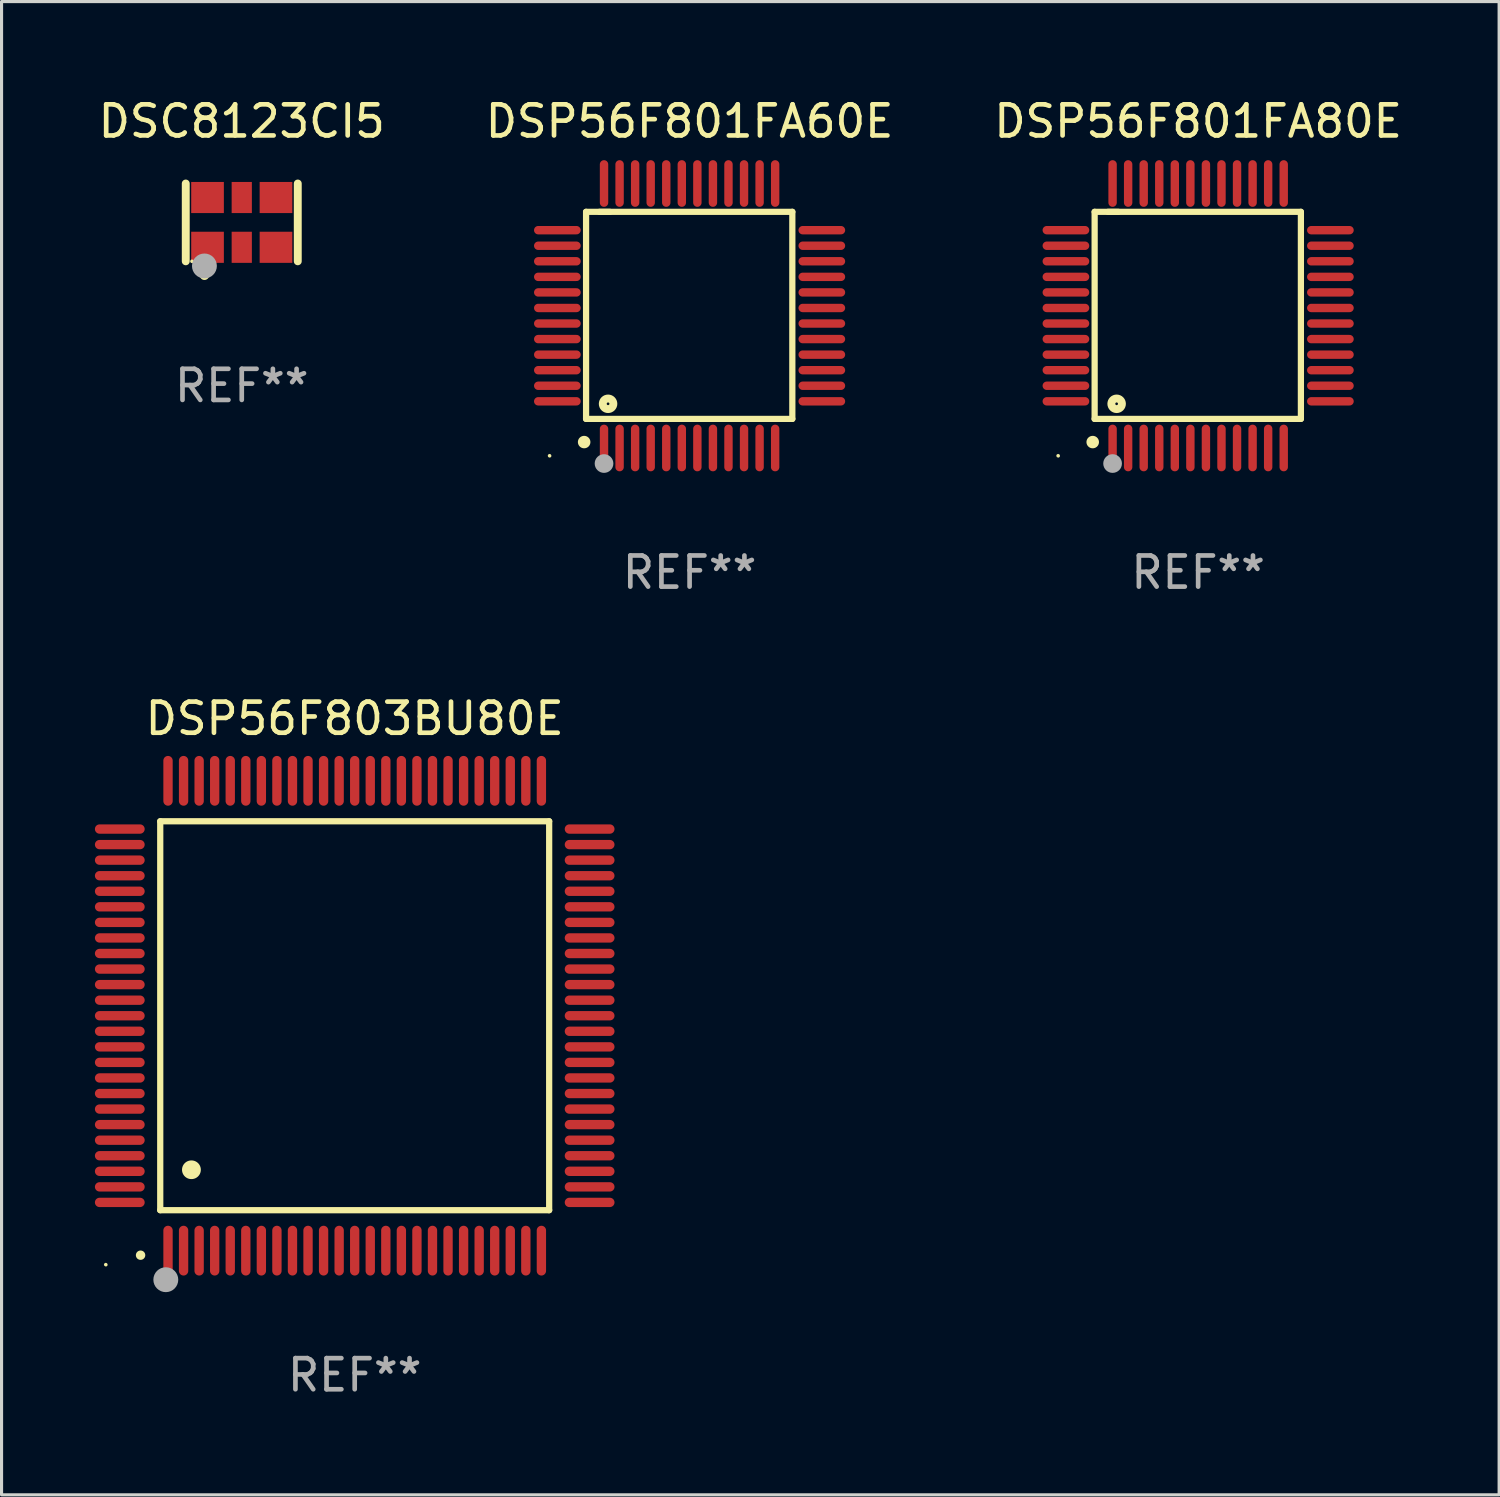
<source format=kicad_pcb>
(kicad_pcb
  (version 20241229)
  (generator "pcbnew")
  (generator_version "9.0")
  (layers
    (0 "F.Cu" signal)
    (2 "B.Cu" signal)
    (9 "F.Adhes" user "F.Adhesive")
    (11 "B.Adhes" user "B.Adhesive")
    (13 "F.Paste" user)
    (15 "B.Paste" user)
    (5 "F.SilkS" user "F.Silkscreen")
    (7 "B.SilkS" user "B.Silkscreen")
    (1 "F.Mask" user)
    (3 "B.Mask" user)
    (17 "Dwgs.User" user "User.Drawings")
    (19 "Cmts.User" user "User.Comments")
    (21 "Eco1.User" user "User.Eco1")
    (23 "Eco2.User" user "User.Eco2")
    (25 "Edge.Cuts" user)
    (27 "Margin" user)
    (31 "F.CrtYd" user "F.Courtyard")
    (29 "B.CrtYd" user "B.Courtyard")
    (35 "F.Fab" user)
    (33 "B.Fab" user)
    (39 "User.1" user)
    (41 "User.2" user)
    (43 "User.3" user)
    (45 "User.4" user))
  (footprint "DSP56F803BU80E"
    (layer "F.Cu")
    (at 8.35 29.595)
    (property "Reference" "DSP56F803BU80E" (at 0 -9.55 0) (layer "F.SilkS") (effects (font (size 1 1) (thickness 0.15))))
    (attr through_hole)
    (fp_line (start -6.25 -6.25) (end -6.25 6.25) (stroke (width 0.2) (type solid)) (layer "F.SilkS"))
    (fp_line (start -6.25 6.25) (end 6.25 6.25) (stroke (width 0.2) (type solid)) (layer "F.SilkS"))
    (fp_line (start 6.25 -6.25) (end -6.25 -6.25) (stroke (width 0.2) (type solid)) (layer "F.SilkS"))
    (fp_line (start 6.25 6.25) (end 6.25 -6.25) (stroke (width 0.2) (type solid)) (layer "F.SilkS"))
    (fp_arc (start -6.883414 7.696215) (mid -6.882144 7.69621) (end -6.880874 7.696215) (stroke (width 0.3) (type solid)) (layer "F.SilkS"))
    (fp_arc (start -5.250191 4.95047) (mid -5.247651 4.950459) (end -5.245111 4.95047) (stroke (width 0.6) (type solid)) (layer "F.SilkS"))
    (fp_circle (center -8 8) (end -7.97 8) (stroke (width 0.06) (type solid)) (fill no) (layer "F.SilkS"))
    (fp_circle (center -6.071 8.484) (end -5.871 8.484) (stroke (width 0.4) (type solid)) (fill no) (layer "F.Fab"))
    (fp_text user "REF**" (at 0 11.55 0) (layer "F.Fab") (effects (font (size 1 1) (thickness 0.15))))
    (pad "1" smd oval (at -6 7.55) (size 0.3 1.6) (layers "F.Cu" "F.Mask" "F.Paste"))
    (pad "2" smd oval (at -5.5 7.55) (size 0.3 1.6) (layers "F.Cu" "F.Mask" "F.Paste"))
    (pad "3" smd oval (at -5 7.55) (size 0.3 1.6) (layers "F.Cu" "F.Mask" "F.Paste"))
    (pad "4" smd oval (at -4.5 7.55) (size 0.3 1.6) (layers "F.Cu" "F.Mask" "F.Paste"))
    (pad "5" smd oval (at -4 7.55) (size 0.3 1.6) (layers "F.Cu" "F.Mask" "F.Paste"))
    (pad "6" smd oval (at -3.5 7.55) (size 0.3 1.6) (layers "F.Cu" "F.Mask" "F.Paste"))
    (pad "7" smd oval (at -3 7.55) (size 0.3 1.6) (layers "F.Cu" "F.Mask" "F.Paste"))
    (pad "8" smd oval (at -2.5 7.55) (size 0.3 1.6) (layers "F.Cu" "F.Mask" "F.Paste"))
    (pad "9" smd oval (at -2 7.55) (size 0.3 1.6) (layers "F.Cu" "F.Mask" "F.Paste"))
    (pad "10" smd oval (at -1.5 7.55) (size 0.3 1.6) (layers "F.Cu" "F.Mask" "F.Paste"))
    (pad "11" smd oval (at -1 7.55) (size 0.3 1.6) (layers "F.Cu" "F.Mask" "F.Paste"))
    (pad "12" smd oval (at -0.5 7.55) (size 0.3 1.6) (layers "F.Cu" "F.Mask" "F.Paste"))
    (pad "13" smd oval (at 0 7.55) (size 0.3 1.6) (layers "F.Cu" "F.Mask" "F.Paste"))
    (pad "14" smd oval (at 0.5 7.55) (size 0.3 1.6) (layers "F.Cu" "F.Mask" "F.Paste"))
    (pad "15" smd oval (at 1 7.55) (size 0.3 1.6) (layers "F.Cu" "F.Mask" "F.Paste"))
    (pad "16" smd oval (at 1.5 7.55) (size 0.3 1.6) (layers "F.Cu" "F.Mask" "F.Paste"))
    (pad "17" smd oval (at 2 7.55) (size 0.3 1.6) (layers "F.Cu" "F.Mask" "F.Paste"))
    (pad "18" smd oval (at 2.5 7.55) (size 0.3 1.6) (layers "F.Cu" "F.Mask" "F.Paste"))
    (pad "19" smd oval (at 3 7.55) (size 0.3 1.6) (layers "F.Cu" "F.Mask" "F.Paste"))
    (pad "20" smd oval (at 3.5 7.55) (size 0.3 1.6) (layers "F.Cu" "F.Mask" "F.Paste"))
    (pad "21" smd oval (at 4 7.55) (size 0.3 1.6) (layers "F.Cu" "F.Mask" "F.Paste"))
    (pad "22" smd oval (at 4.5 7.55) (size 0.3 1.6) (layers "F.Cu" "F.Mask" "F.Paste"))
    (pad "23" smd oval (at 5 7.55) (size 0.3 1.6) (layers "F.Cu" "F.Mask" "F.Paste"))
    (pad "24" smd oval (at 5.5 7.55) (size 0.3 1.6) (layers "F.Cu" "F.Mask" "F.Paste"))
    (pad "25" smd oval (at 6 7.55) (size 0.3 1.6) (layers "F.Cu" "F.Mask" "F.Paste"))
    (pad "26" smd oval (at 7.55 6) (size 1.6 0.3) (layers "F.Cu" "F.Mask" "F.Paste"))
    (pad "27" smd oval (at 7.55 5.5) (size 1.6 0.3) (layers "F.Cu" "F.Mask" "F.Paste"))
    (pad "28" smd oval (at 7.55 5) (size 1.6 0.3) (layers "F.Cu" "F.Mask" "F.Paste"))
    (pad "29" smd oval (at 7.55 4.5) (size 1.6 0.3) (layers "F.Cu" "F.Mask" "F.Paste"))
    (pad "30" smd oval (at 7.55 4) (size 1.6 0.3) (layers "F.Cu" "F.Mask" "F.Paste"))
    (pad "31" smd oval (at 7.55 3.5) (size 1.6 0.3) (layers "F.Cu" "F.Mask" "F.Paste"))
    (pad "32" smd oval (at 7.55 3) (size 1.6 0.3) (layers "F.Cu" "F.Mask" "F.Paste"))
    (pad "33" smd oval (at 7.55 2.5) (size 1.6 0.3) (layers "F.Cu" "F.Mask" "F.Paste"))
    (pad "34" smd oval (at 7.55 2) (size 1.6 0.3) (layers "F.Cu" "F.Mask" "F.Paste"))
    (pad "35" smd oval (at 7.55 1.5) (size 1.6 0.3) (layers "F.Cu" "F.Mask" "F.Paste"))
    (pad "36" smd oval (at 7.55 1) (size 1.6 0.3) (layers "F.Cu" "F.Mask" "F.Paste"))
    (pad "37" smd oval (at 7.55 0.5) (size 1.6 0.3) (layers "F.Cu" "F.Mask" "F.Paste"))
    (pad "38" smd oval (at 7.55 0) (size 1.6 0.3) (layers "F.Cu" "F.Mask" "F.Paste"))
    (pad "39" smd oval (at 7.55 -0.5) (size 1.6 0.3) (layers "F.Cu" "F.Mask" "F.Paste"))
    (pad "40" smd oval (at 7.55 -1) (size 1.6 0.3) (layers "F.Cu" "F.Mask" "F.Paste"))
    (pad "41" smd oval (at 7.55 -1.5) (size 1.6 0.3) (layers "F.Cu" "F.Mask" "F.Paste"))
    (pad "42" smd oval (at 7.55 -2) (size 1.6 0.3) (layers "F.Cu" "F.Mask" "F.Paste"))
    (pad "43" smd oval (at 7.55 -2.5) (size 1.6 0.3) (layers "F.Cu" "F.Mask" "F.Paste"))
    (pad "44" smd oval (at 7.55 -3) (size 1.6 0.3) (layers "F.Cu" "F.Mask" "F.Paste"))
    (pad "45" smd oval (at 7.55 -3.5) (size 1.6 0.3) (layers "F.Cu" "F.Mask" "F.Paste"))
    (pad "46" smd oval (at 7.55 -4) (size 1.6 0.3) (layers "F.Cu" "F.Mask" "F.Paste"))
    (pad "47" smd oval (at 7.55 -4.5) (size 1.6 0.3) (layers "F.Cu" "F.Mask" "F.Paste"))
    (pad "48" smd oval (at 7.55 -5) (size 1.6 0.3) (layers "F.Cu" "F.Mask" "F.Paste"))
    (pad "49" smd oval (at 7.55 -5.5) (size 1.6 0.3) (layers "F.Cu" "F.Mask" "F.Paste"))
    (pad "50" smd oval (at 7.55 -6) (size 1.6 0.3) (layers "F.Cu" "F.Mask" "F.Paste"))
    (pad "51" smd oval (at 6 -7.55) (size 0.3 1.6) (layers "F.Cu" "F.Mask" "F.Paste"))
    (pad "52" smd oval (at 5.5 -7.55) (size 0.3 1.6) (layers "F.Cu" "F.Mask" "F.Paste"))
    (pad "53" smd oval (at 5 -7.55) (size 0.3 1.6) (layers "F.Cu" "F.Mask" "F.Paste"))
    (pad "54" smd oval (at 4.5 -7.55) (size 0.3 1.6) (layers "F.Cu" "F.Mask" "F.Paste"))
    (pad "55" smd oval (at 4 -7.55) (size 0.3 1.6) (layers "F.Cu" "F.Mask" "F.Paste"))
    (pad "56" smd oval (at 3.5 -7.55) (size 0.3 1.6) (layers "F.Cu" "F.Mask" "F.Paste"))
    (pad "57" smd oval (at 3 -7.55) (size 0.3 1.6) (layers "F.Cu" "F.Mask" "F.Paste"))
    (pad "58" smd oval (at 2.5 -7.55) (size 0.3 1.6) (layers "F.Cu" "F.Mask" "F.Paste"))
    (pad "59" smd oval (at 2 -7.55) (size 0.3 1.6) (layers "F.Cu" "F.Mask" "F.Paste"))
    (pad "60" smd oval (at 1.5 -7.55) (size 0.3 1.6) (layers "F.Cu" "F.Mask" "F.Paste"))
    (pad "61" smd oval (at 1 -7.55) (size 0.3 1.6) (layers "F.Cu" "F.Mask" "F.Paste"))
    (pad "62" smd oval (at 0.5 -7.55) (size 0.3 1.6) (layers "F.Cu" "F.Mask" "F.Paste"))
    (pad "63" smd oval (at 0 -7.55) (size 0.3 1.6) (layers "F.Cu" "F.Mask" "F.Paste"))
    (pad "64" smd oval (at -0.5 -7.55) (size 0.3 1.6) (layers "F.Cu" "F.Mask" "F.Paste"))
    (pad "65" smd oval (at -1 -7.55) (size 0.3 1.6) (layers "F.Cu" "F.Mask" "F.Paste"))
    (pad "66" smd oval (at -1.5 -7.55) (size 0.3 1.6) (layers "F.Cu" "F.Mask" "F.Paste"))
    (pad "67" smd oval (at -2 -7.55) (size 0.3 1.6) (layers "F.Cu" "F.Mask" "F.Paste"))
    (pad "68" smd oval (at -2.5 -7.55) (size 0.3 1.6) (layers "F.Cu" "F.Mask" "F.Paste"))
    (pad "69" smd oval (at -3 -7.55) (size 0.3 1.6) (layers "F.Cu" "F.Mask" "F.Paste"))
    (pad "70" smd oval (at -3.5 -7.55) (size 0.3 1.6) (layers "F.Cu" "F.Mask" "F.Paste"))
    (pad "71" smd oval (at -4 -7.55) (size 0.3 1.6) (layers "F.Cu" "F.Mask" "F.Paste"))
    (pad "72" smd oval (at -4.5 -7.55) (size 0.3 1.6) (layers "F.Cu" "F.Mask" "F.Paste"))
    (pad "73" smd oval (at -5 -7.55) (size 0.3 1.6) (layers "F.Cu" "F.Mask" "F.Paste"))
    (pad "74" smd oval (at -5.5 -7.55) (size 0.3 1.6) (layers "F.Cu" "F.Mask" "F.Paste"))
    (pad "75" smd oval (at -6 -7.55) (size 0.3 1.6) (layers "F.Cu" "F.Mask" "F.Paste"))
    (pad "76" smd oval (at -7.55 -6) (size 1.6 0.3) (layers "F.Cu" "F.Mask" "F.Paste"))
    (pad "77" smd oval (at -7.55 -5.5) (size 1.6 0.3) (layers "F.Cu" "F.Mask" "F.Paste"))
    (pad "78" smd oval (at -7.55 -5) (size 1.6 0.3) (layers "F.Cu" "F.Mask" "F.Paste"))
    (pad "79" smd oval (at -7.55 -4.5) (size 1.6 0.3) (layers "F.Cu" "F.Mask" "F.Paste"))
    (pad "80" smd oval (at -7.55 -4) (size 1.6 0.3) (layers "F.Cu" "F.Mask" "F.Paste"))
    (pad "81" smd oval (at -7.55 -3.5) (size 1.6 0.3) (layers "F.Cu" "F.Mask" "F.Paste"))
    (pad "82" smd oval (at -7.55 -3) (size 1.6 0.3) (layers "F.Cu" "F.Mask" "F.Paste"))
    (pad "83" smd oval (at -7.55 -2.5) (size 1.6 0.3) (layers "F.Cu" "F.Mask" "F.Paste"))
    (pad "84" smd oval (at -7.55 -2) (size 1.6 0.3) (layers "F.Cu" "F.Mask" "F.Paste"))
    (pad "85" smd oval (at -7.55 -1.5) (size 1.6 0.3) (layers "F.Cu" "F.Mask" "F.Paste"))
    (pad "86" smd oval (at -7.55 -1) (size 1.6 0.3) (layers "F.Cu" "F.Mask" "F.Paste"))
    (pad "87" smd oval (at -7.55 -0.5) (size 1.6 0.3) (layers "F.Cu" "F.Mask" "F.Paste"))
    (pad "88" smd oval (at -7.55 0) (size 1.6 0.3) (layers "F.Cu" "F.Mask" "F.Paste"))
    (pad "89" smd oval (at -7.55 0.5) (size 1.6 0.3) (layers "F.Cu" "F.Mask" "F.Paste"))
    (pad "90" smd oval (at -7.55 1) (size 1.6 0.3) (layers "F.Cu" "F.Mask" "F.Paste"))
    (pad "91" smd oval (at -7.55 1.5) (size 1.6 0.3) (layers "F.Cu" "F.Mask" "F.Paste"))
    (pad "92" smd oval (at -7.55 2) (size 1.6 0.3) (layers "F.Cu" "F.Mask" "F.Paste"))
    (pad "93" smd oval (at -7.55 2.5) (size 1.6 0.3) (layers "F.Cu" "F.Mask" "F.Paste"))
    (pad "94" smd oval (at -7.55 3) (size 1.6 0.3) (layers "F.Cu" "F.Mask" "F.Paste"))
    (pad "95" smd oval (at -7.55 3.5) (size 1.6 0.3) (layers "F.Cu" "F.Mask" "F.Paste"))
    (pad "96" smd oval (at -7.55 4) (size 1.6 0.3) (layers "F.Cu" "F.Mask" "F.Paste"))
    (pad "97" smd oval (at -7.55 4.5) (size 1.6 0.3) (layers "F.Cu" "F.Mask" "F.Paste"))
    (pad "98" smd oval (at -7.55 5) (size 1.6 0.3) (layers "F.Cu" "F.Mask" "F.Paste"))
    (pad "99" smd oval (at -7.55 5.5) (size 1.6 0.3) (layers "F.Cu" "F.Mask" "F.Paste"))
    (pad "100" smd oval (at -7.55 6) (size 1.6 0.3) (layers "F.Cu" "F.Mask" "F.Paste")))
  (footprint "DSP56F801FA80E"
    (layer "F.Cu")
    (at 35.458 7.098)
    (property "Reference" "DSP56F801FA80E" (at 0 -6.25 0) (layer "F.SilkS") (effects (font (size 1 1) (thickness 0.15))))
    (attr through_hole)
    (fp_line (start -3.327 -3.34) (end -2.565 -3.34) (stroke (width 0.2) (type solid)) (layer "F.SilkS"))
    (fp_line (start -3.327 3.315) (end -3.327 -3.34) (stroke (width 0.2) (type solid)) (layer "F.SilkS"))
    (fp_line (start -2.896 -3.34) (end 3.302 -3.34) (stroke (width 0.2) (type solid)) (layer "F.SilkS"))
    (fp_line (start 3.302 -3.34) (end 3.302 3.315) (stroke (width 0.2) (type solid)) (layer "F.SilkS"))
    (fp_line (start 3.302 3.315) (end -3.327 3.315) (stroke (width 0.2) (type solid)) (layer "F.SilkS"))
    (fp_arc (start -3.389992 4.059995) (mid -3.388722 4.059991) (end -3.387452 4.059995) (stroke (width 0.4) (type solid)) (layer "F.SilkS"))
    (fp_circle (center -4.5 4.5) (end -4.47 4.5) (stroke (width 0.06) (type solid)) (fill no) (layer "F.SilkS"))
    (fp_circle (center -2.62 2.83) (end -2.45 2.83) (stroke (width 0.254) (type solid)) (fill no) (layer "F.SilkS"))
    (fp_circle (center -2.75 4.75) (end -2.6 4.75) (stroke (width 0.3) (type solid)) (fill no) (layer "F.Fab"))
    (fp_text user "REF**" (at 0 8.25 0) (layer "F.Fab") (effects (font (size 1 1) (thickness 0.15))))
    (pad "1" smd oval (at -2.75 4.25) (size 0.27 1.5) (layers "F.Cu" "F.Mask" "F.Paste"))
    (pad "2" smd oval (at -2.25 4.25) (size 0.27 1.5) (layers "F.Cu" "F.Mask" "F.Paste"))
    (pad "3" smd oval (at -1.75 4.25) (size 0.27 1.5) (layers "F.Cu" "F.Mask" "F.Paste"))
    (pad "4" smd oval (at -1.25 4.25) (size 0.27 1.5) (layers "F.Cu" "F.Mask" "F.Paste"))
    (pad "5" smd oval (at -0.75 4.25) (size 0.27 1.5) (layers "F.Cu" "F.Mask" "F.Paste"))
    (pad "6" smd oval (at -0.25 4.25) (size 0.27 1.5) (layers "F.Cu" "F.Mask" "F.Paste"))
    (pad "7" smd oval (at 0.25 4.25) (size 0.27 1.5) (layers "F.Cu" "F.Mask" "F.Paste"))
    (pad "8" smd oval (at 0.75 4.25) (size 0.27 1.5) (layers "F.Cu" "F.Mask" "F.Paste"))
    (pad "9" smd oval (at 1.25 4.25) (size 0.27 1.5) (layers "F.Cu" "F.Mask" "F.Paste"))
    (pad "10" smd oval (at 1.75 4.25) (size 0.27 1.5) (layers "F.Cu" "F.Mask" "F.Paste"))
    (pad "11" smd oval (at 2.25 4.25) (size 0.27 1.5) (layers "F.Cu" "F.Mask" "F.Paste"))
    (pad "12" smd oval (at 2.75 4.25) (size 0.27 1.5) (layers "F.Cu" "F.Mask" "F.Paste"))
    (pad "13" smd oval (at 4.25 2.75) (size 1.5 0.27) (layers "F.Cu" "F.Mask" "F.Paste"))
    (pad "14" smd oval (at 4.25 2.25) (size 1.5 0.27) (layers "F.Cu" "F.Mask" "F.Paste"))
    (pad "15" smd oval (at 4.25 1.75) (size 1.5 0.27) (layers "F.Cu" "F.Mask" "F.Paste"))
    (pad "16" smd oval (at 4.25 1.25) (size 1.5 0.27) (layers "F.Cu" "F.Mask" "F.Paste"))
    (pad "17" smd oval (at 4.25 0.75) (size 1.5 0.27) (layers "F.Cu" "F.Mask" "F.Paste"))
    (pad "18" smd oval (at 4.25 0.25) (size 1.5 0.27) (layers "F.Cu" "F.Mask" "F.Paste"))
    (pad "19" smd oval (at 4.25 -0.25) (size 1.5 0.27) (layers "F.Cu" "F.Mask" "F.Paste"))
    (pad "20" smd oval (at 4.25 -0.75) (size 1.5 0.27) (layers "F.Cu" "F.Mask" "F.Paste"))
    (pad "21" smd oval (at 4.25 -1.25) (size 1.5 0.27) (layers "F.Cu" "F.Mask" "F.Paste"))
    (pad "22" smd oval (at 4.25 -1.75) (size 1.5 0.27) (layers "F.Cu" "F.Mask" "F.Paste"))
    (pad "23" smd oval (at 4.25 -2.25) (size 1.5 0.27) (layers "F.Cu" "F.Mask" "F.Paste"))
    (pad "24" smd oval (at 4.25 -2.75) (size 1.5 0.27) (layers "F.Cu" "F.Mask" "F.Paste"))
    (pad "25" smd oval (at 2.75 -4.25) (size 0.27 1.5) (layers "F.Cu" "F.Mask" "F.Paste"))
    (pad "26" smd oval (at 2.25 -4.25) (size 0.27 1.5) (layers "F.Cu" "F.Mask" "F.Paste"))
    (pad "27" smd oval (at 1.75 -4.25) (size 0.27 1.5) (layers "F.Cu" "F.Mask" "F.Paste"))
    (pad "28" smd oval (at 1.25 -4.25) (size 0.27 1.5) (layers "F.Cu" "F.Mask" "F.Paste"))
    (pad "29" smd oval (at 0.75 -4.25) (size 0.27 1.5) (layers "F.Cu" "F.Mask" "F.Paste"))
    (pad "30" smd oval (at 0.25 -4.25) (size 0.27 1.5) (layers "F.Cu" "F.Mask" "F.Paste"))
    (pad "31" smd oval (at -0.25 -4.25) (size 0.27 1.5) (layers "F.Cu" "F.Mask" "F.Paste"))
    (pad "32" smd oval (at -0.75 -4.25) (size 0.27 1.5) (layers "F.Cu" "F.Mask" "F.Paste"))
    (pad "33" smd oval (at -1.25 -4.25) (size 0.27 1.5) (layers "F.Cu" "F.Mask" "F.Paste"))
    (pad "34" smd oval (at -1.75 -4.25) (size 0.27 1.5) (layers "F.Cu" "F.Mask" "F.Paste"))
    (pad "35" smd oval (at -2.25 -4.25) (size 0.27 1.5) (layers "F.Cu" "F.Mask" "F.Paste"))
    (pad "36" smd oval (at -2.75 -4.25) (size 0.27 1.5) (layers "F.Cu" "F.Mask" "F.Paste"))
    (pad "37" smd oval (at -4.25 -2.75) (size 1.5 0.27) (layers "F.Cu" "F.Mask" "F.Paste"))
    (pad "38" smd oval (at -4.25 -2.25) (size 1.5 0.27) (layers "F.Cu" "F.Mask" "F.Paste"))
    (pad "39" smd oval (at -4.25 -1.75) (size 1.5 0.27) (layers "F.Cu" "F.Mask" "F.Paste"))
    (pad "40" smd oval (at -4.25 -1.25) (size 1.5 0.27) (layers "F.Cu" "F.Mask" "F.Paste"))
    (pad "41" smd oval (at -4.25 -0.75) (size 1.5 0.27) (layers "F.Cu" "F.Mask" "F.Paste"))
    (pad "42" smd oval (at -4.25 -0.25) (size 1.5 0.27) (layers "F.Cu" "F.Mask" "F.Paste"))
    (pad "43" smd oval (at -4.25 0.25) (size 1.5 0.27) (layers "F.Cu" "F.Mask" "F.Paste"))
    (pad "44" smd oval (at -4.25 0.75) (size 1.5 0.27) (layers "F.Cu" "F.Mask" "F.Paste"))
    (pad "45" smd oval (at -4.25 1.25) (size 1.5 0.27) (layers "F.Cu" "F.Mask" "F.Paste"))
    (pad "46" smd oval (at -4.25 1.75) (size 1.5 0.27) (layers "F.Cu" "F.Mask" "F.Paste"))
    (pad "47" smd oval (at -4.25 2.25) (size 1.5 0.27) (layers "F.Cu" "F.Mask" "F.Paste"))
    (pad "48" smd oval (at -4.25 2.75) (size 1.5 0.27) (layers "F.Cu" "F.Mask" "F.Paste")))
  (footprint "DSP56F801FA60E"
    (layer "F.Cu")
    (at 19.113 7.098)
    (property "Reference" "DSP56F801FA60E" (at 0 -6.25 0) (layer "F.SilkS") (effects (font (size 1 1) (thickness 0.15))))
    (attr through_hole)
    (fp_line (start -3.327 -3.34) (end -2.565 -3.34) (stroke (width 0.2) (type solid)) (layer "F.SilkS"))
    (fp_line (start -3.327 3.315) (end -3.327 -3.34) (stroke (width 0.2) (type solid)) (layer "F.SilkS"))
    (fp_line (start -2.896 -3.34) (end 3.302 -3.34) (stroke (width 0.2) (type solid)) (layer "F.SilkS"))
    (fp_line (start 3.302 -3.34) (end 3.302 3.315) (stroke (width 0.2) (type solid)) (layer "F.SilkS"))
    (fp_line (start 3.302 3.315) (end -3.327 3.315) (stroke (width 0.2) (type solid)) (layer "F.SilkS"))
    (fp_arc (start -3.389992 4.059995) (mid -3.388722 4.059991) (end -3.387452 4.059995) (stroke (width 0.4) (type solid)) (layer "F.SilkS"))
    (fp_circle (center -4.5 4.5) (end -4.47 4.5) (stroke (width 0.06) (type solid)) (fill no) (layer "F.SilkS"))
    (fp_circle (center -2.62 2.83) (end -2.45 2.83) (stroke (width 0.254) (type solid)) (fill no) (layer "F.SilkS"))
    (fp_circle (center -2.75 4.75) (end -2.6 4.75) (stroke (width 0.3) (type solid)) (fill no) (layer "F.Fab"))
    (fp_text user "REF**" (at 0 8.25 0) (layer "F.Fab") (effects (font (size 1 1) (thickness 0.15))))
    (pad "1" smd oval (at -2.75 4.25) (size 0.27 1.5) (layers "F.Cu" "F.Mask" "F.Paste"))
    (pad "2" smd oval (at -2.25 4.25) (size 0.27 1.5) (layers "F.Cu" "F.Mask" "F.Paste"))
    (pad "3" smd oval (at -1.75 4.25) (size 0.27 1.5) (layers "F.Cu" "F.Mask" "F.Paste"))
    (pad "4" smd oval (at -1.25 4.25) (size 0.27 1.5) (layers "F.Cu" "F.Mask" "F.Paste"))
    (pad "5" smd oval (at -0.75 4.25) (size 0.27 1.5) (layers "F.Cu" "F.Mask" "F.Paste"))
    (pad "6" smd oval (at -0.25 4.25) (size 0.27 1.5) (layers "F.Cu" "F.Mask" "F.Paste"))
    (pad "7" smd oval (at 0.25 4.25) (size 0.27 1.5) (layers "F.Cu" "F.Mask" "F.Paste"))
    (pad "8" smd oval (at 0.75 4.25) (size 0.27 1.5) (layers "F.Cu" "F.Mask" "F.Paste"))
    (pad "9" smd oval (at 1.25 4.25) (size 0.27 1.5) (layers "F.Cu" "F.Mask" "F.Paste"))
    (pad "10" smd oval (at 1.75 4.25) (size 0.27 1.5) (layers "F.Cu" "F.Mask" "F.Paste"))
    (pad "11" smd oval (at 2.25 4.25) (size 0.27 1.5) (layers "F.Cu" "F.Mask" "F.Paste"))
    (pad "12" smd oval (at 2.75 4.25) (size 0.27 1.5) (layers "F.Cu" "F.Mask" "F.Paste"))
    (pad "13" smd oval (at 4.25 2.75) (size 1.5 0.27) (layers "F.Cu" "F.Mask" "F.Paste"))
    (pad "14" smd oval (at 4.25 2.25) (size 1.5 0.27) (layers "F.Cu" "F.Mask" "F.Paste"))
    (pad "15" smd oval (at 4.25 1.75) (size 1.5 0.27) (layers "F.Cu" "F.Mask" "F.Paste"))
    (pad "16" smd oval (at 4.25 1.25) (size 1.5 0.27) (layers "F.Cu" "F.Mask" "F.Paste"))
    (pad "17" smd oval (at 4.25 0.75) (size 1.5 0.27) (layers "F.Cu" "F.Mask" "F.Paste"))
    (pad "18" smd oval (at 4.25 0.25) (size 1.5 0.27) (layers "F.Cu" "F.Mask" "F.Paste"))
    (pad "19" smd oval (at 4.25 -0.25) (size 1.5 0.27) (layers "F.Cu" "F.Mask" "F.Paste"))
    (pad "20" smd oval (at 4.25 -0.75) (size 1.5 0.27) (layers "F.Cu" "F.Mask" "F.Paste"))
    (pad "21" smd oval (at 4.25 -1.25) (size 1.5 0.27) (layers "F.Cu" "F.Mask" "F.Paste"))
    (pad "22" smd oval (at 4.25 -1.75) (size 1.5 0.27) (layers "F.Cu" "F.Mask" "F.Paste"))
    (pad "23" smd oval (at 4.25 -2.25) (size 1.5 0.27) (layers "F.Cu" "F.Mask" "F.Paste"))
    (pad "24" smd oval (at 4.25 -2.75) (size 1.5 0.27) (layers "F.Cu" "F.Mask" "F.Paste"))
    (pad "25" smd oval (at 2.75 -4.25) (size 0.27 1.5) (layers "F.Cu" "F.Mask" "F.Paste"))
    (pad "26" smd oval (at 2.25 -4.25) (size 0.27 1.5) (layers "F.Cu" "F.Mask" "F.Paste"))
    (pad "27" smd oval (at 1.75 -4.25) (size 0.27 1.5) (layers "F.Cu" "F.Mask" "F.Paste"))
    (pad "28" smd oval (at 1.25 -4.25) (size 0.27 1.5) (layers "F.Cu" "F.Mask" "F.Paste"))
    (pad "29" smd oval (at 0.75 -4.25) (size 0.27 1.5) (layers "F.Cu" "F.Mask" "F.Paste"))
    (pad "30" smd oval (at 0.25 -4.25) (size 0.27 1.5) (layers "F.Cu" "F.Mask" "F.Paste"))
    (pad "31" smd oval (at -0.25 -4.25) (size 0.27 1.5) (layers "F.Cu" "F.Mask" "F.Paste"))
    (pad "32" smd oval (at -0.75 -4.25) (size 0.27 1.5) (layers "F.Cu" "F.Mask" "F.Paste"))
    (pad "33" smd oval (at -1.25 -4.25) (size 0.27 1.5) (layers "F.Cu" "F.Mask" "F.Paste"))
    (pad "34" smd oval (at -1.75 -4.25) (size 0.27 1.5) (layers "F.Cu" "F.Mask" "F.Paste"))
    (pad "35" smd oval (at -2.25 -4.25) (size 0.27 1.5) (layers "F.Cu" "F.Mask" "F.Paste"))
    (pad "36" smd oval (at -2.75 -4.25) (size 0.27 1.5) (layers "F.Cu" "F.Mask" "F.Paste"))
    (pad "37" smd oval (at -4.25 -2.75) (size 1.5 0.27) (layers "F.Cu" "F.Mask" "F.Paste"))
    (pad "38" smd oval (at -4.25 -2.25) (size 1.5 0.27) (layers "F.Cu" "F.Mask" "F.Paste"))
    (pad "39" smd oval (at -4.25 -1.75) (size 1.5 0.27) (layers "F.Cu" "F.Mask" "F.Paste"))
    (pad "40" smd oval (at -4.25 -1.25) (size 1.5 0.27) (layers "F.Cu" "F.Mask" "F.Paste"))
    (pad "41" smd oval (at -4.25 -0.75) (size 1.5 0.27) (layers "F.Cu" "F.Mask" "F.Paste"))
    (pad "42" smd oval (at -4.25 -0.25) (size 1.5 0.27) (layers "F.Cu" "F.Mask" "F.Paste"))
    (pad "43" smd oval (at -4.25 0.25) (size 1.5 0.27) (layers "F.Cu" "F.Mask" "F.Paste"))
    (pad "44" smd oval (at -4.25 0.75) (size 1.5 0.27) (layers "F.Cu" "F.Mask" "F.Paste"))
    (pad "45" smd oval (at -4.25 1.25) (size 1.5 0.27) (layers "F.Cu" "F.Mask" "F.Paste"))
    (pad "46" smd oval (at -4.25 1.75) (size 1.5 0.27) (layers "F.Cu" "F.Mask" "F.Paste"))
    (pad "47" smd oval (at -4.25 2.25) (size 1.5 0.27) (layers "F.Cu" "F.Mask" "F.Paste"))
    (pad "48" smd oval (at -4.25 2.75) (size 1.5 0.27) (layers "F.Cu" "F.Mask" "F.Paste")))
  (footprint "DSC8123CI5"
    (layer "F.Cu")
    (at 4.72 4.098)
    (property "Reference" "DSC8123CI5" (at 0 -3.25 0) (layer "F.SilkS") (effects (font (size 1 1) (thickness 0.15))))
    (attr through_hole)
    (fp_line (start -1.8 -1.25) (end -1.8 1.25) (stroke (width 0.254) (type solid)) (layer "F.SilkS"))
    (fp_line (start 1.8 -1.25) (end 1.8 1.25) (stroke (width 0.254) (type solid)) (layer "F.SilkS"))
    (fp_arc (start -1.2 1.7) (mid -1.19873 1.699995) (end -1.19746 1.7) (stroke (width 0.3) (type solid)) (layer "F.SilkS"))
    (fp_circle (center -1.6 1.25) (end -1.57 1.25) (stroke (width 0.06) (type solid)) (fill no) (layer "F.SilkS"))
    (fp_circle (center -1.2 1.4) (end -1 1.4) (stroke (width 0.4) (type solid)) (fill no) (layer "F.Fab"))
    (fp_text user "REF**" (at 0 5.25 0) (layer "F.Fab") (effects (font (size 1 1) (thickness 0.15))))
    (pad "1" smd rect (at -1.1 0.8) (size 1.05 1) (layers "F.Cu" "F.Mask" "F.Paste"))
    (pad "2" smd rect (at 0 0.8) (size 0.65 1) (layers "F.Cu" "F.Mask" "F.Paste"))
    (pad "3" smd rect (at 1.1 0.8) (size 1.05 1) (layers "F.Cu" "F.Mask" "F.Paste"))
    (pad "4" smd rect (at 1.1 -0.8) (size 1.05 1) (layers "F.Cu" "F.Mask" "F.Paste"))
    (pad "5" smd rect (at 0 -0.8) (size 0.65 1) (layers "F.Cu" "F.Mask" "F.Paste"))
    (pad "6" smd rect (at -1.1 -0.8 180) (size 1.05 1) (layers "F.Cu" "F.Mask" "F.Paste")))
  (gr_rect
    (start -3 -3)
    (end 45.131 44.993)
    (stroke (width 0.1) (type default))
    (fill no)
    (layer "Edge.Cuts")))
</source>
